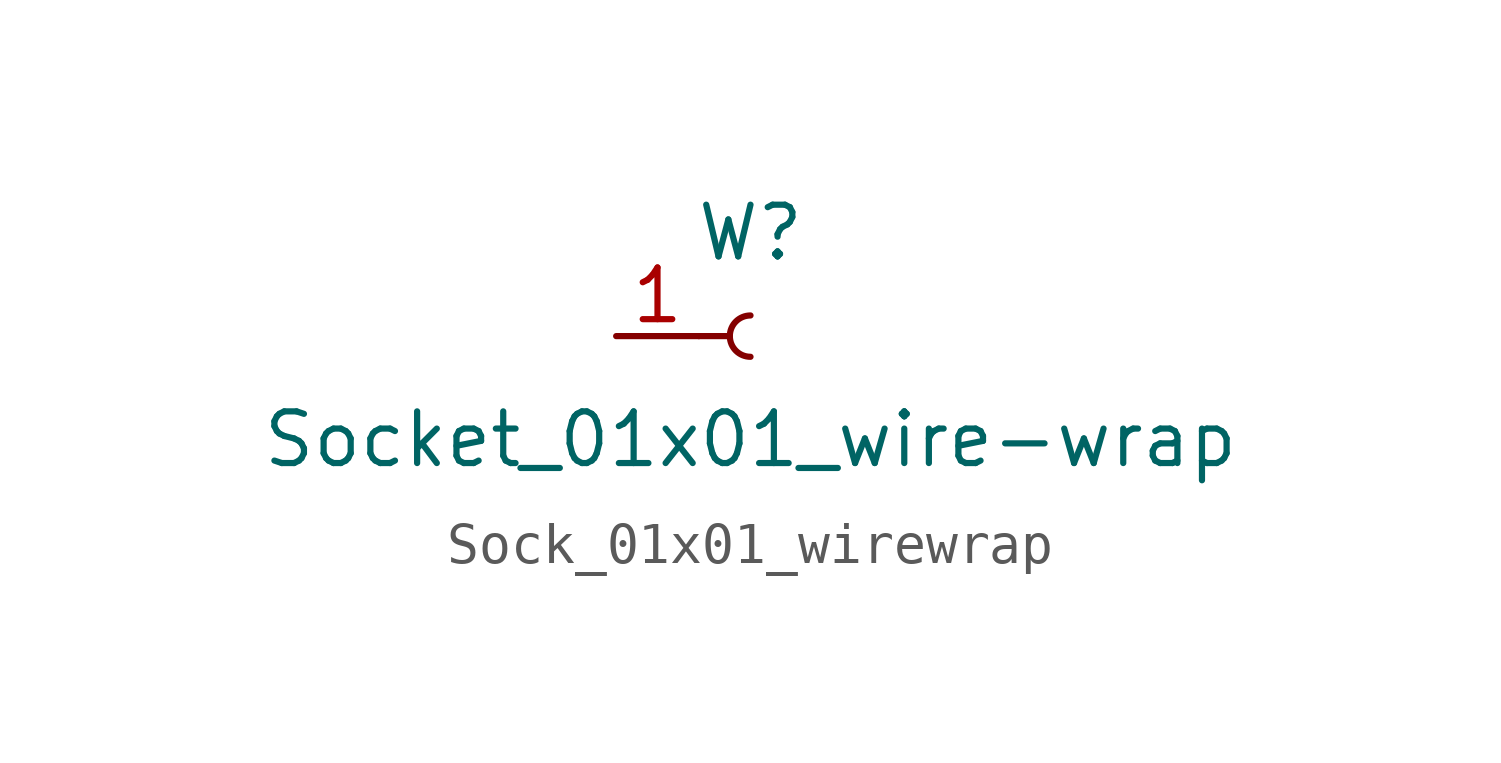
<source format=kicad_sym>
(kicad_symbol_lib
  (version 20241209)
  (generator "kicad_symbol_editor")
  (generator_version "9.0")
  (symbol "Sock_01x01_wirewrap"
    (pin_names
      (offset 1.016)
      (hide yes))
    (property "Reference" "W"
      (at 0 2.54 0)
      (effects (font (size 1.27 1.27))))
    (property "Value" "Socket_01x01_wire-wrap"
      (at 0 -2.54 0)
      (effects (font (size 1.27 1.27))))
    (property "ki_locked" ""
      (at 0 0 0)
      (effects (font (size 1.27 1.27))))
    (symbol "Sock_01x01_wirewrap_1_1"
      (polyline (pts (xy -1.27 0) (xy -0.508 0)) (stroke (width 0.152) (type default)) (fill (type none)))
      (arc (start 0 -0.508) (mid -0.5058 0) (end 0 0.508) (stroke (width 0.1524) (type default)) (fill (type none)))
      (pin passive line (at -3.302 0 0) (length 2.032) (name "Pin_1" (effects (font (size 1.27 1.27)))) (number "1" (effects (font (size 1.27 1.27))))))))
</source>
